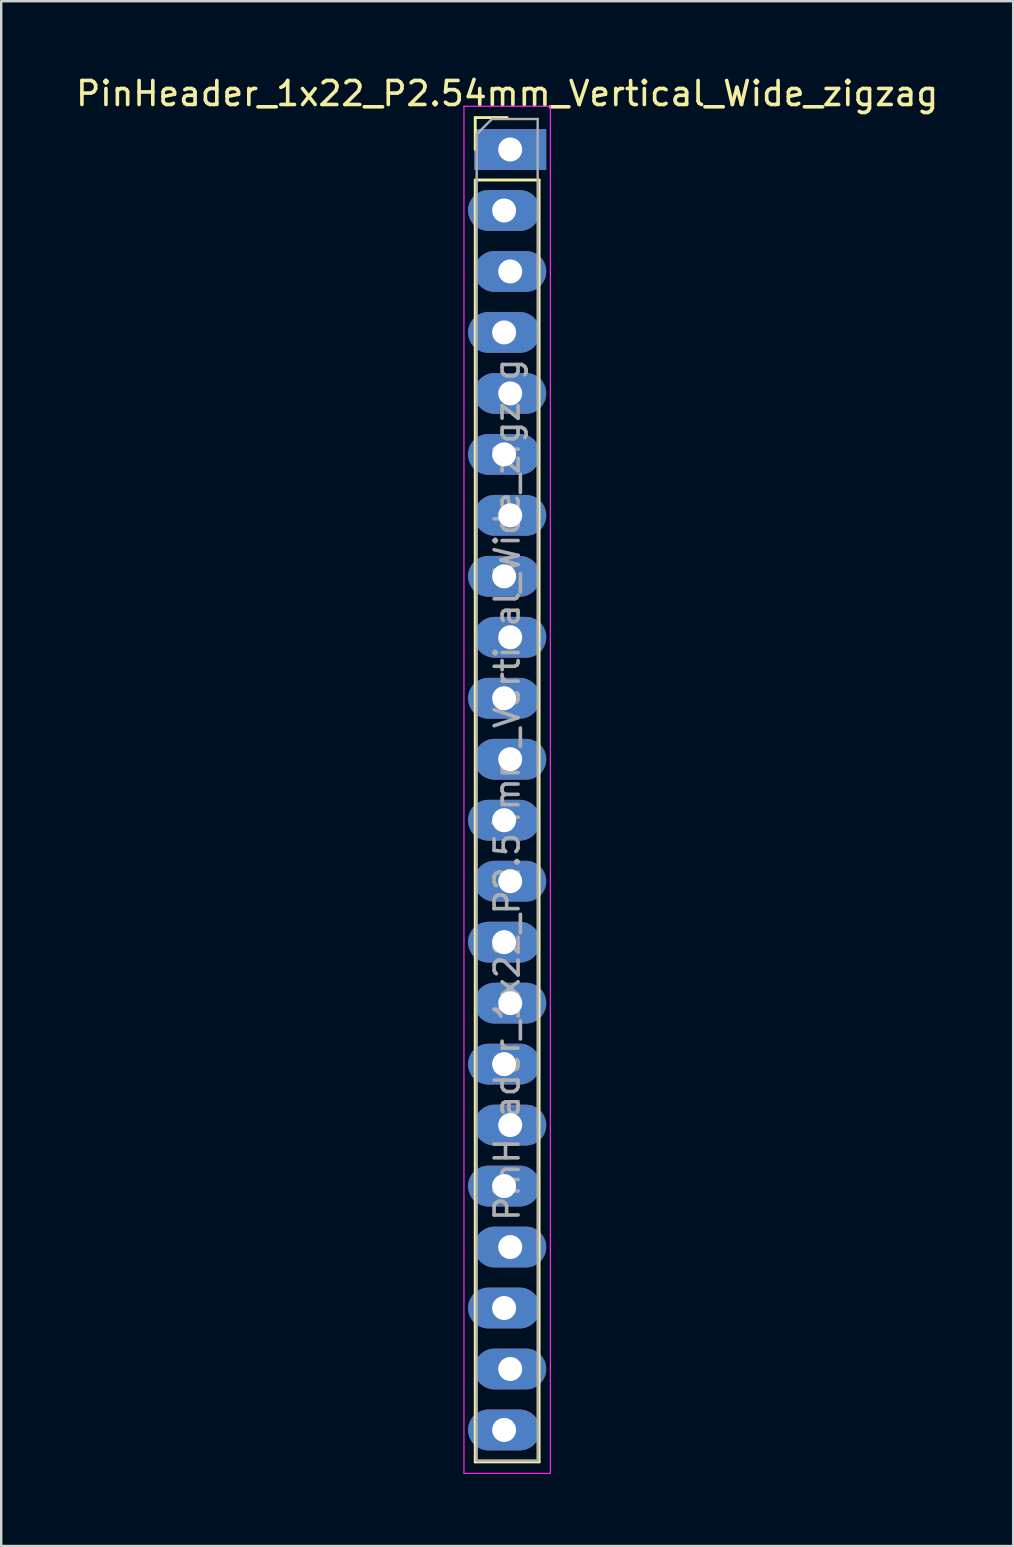
<source format=kicad_pcb>
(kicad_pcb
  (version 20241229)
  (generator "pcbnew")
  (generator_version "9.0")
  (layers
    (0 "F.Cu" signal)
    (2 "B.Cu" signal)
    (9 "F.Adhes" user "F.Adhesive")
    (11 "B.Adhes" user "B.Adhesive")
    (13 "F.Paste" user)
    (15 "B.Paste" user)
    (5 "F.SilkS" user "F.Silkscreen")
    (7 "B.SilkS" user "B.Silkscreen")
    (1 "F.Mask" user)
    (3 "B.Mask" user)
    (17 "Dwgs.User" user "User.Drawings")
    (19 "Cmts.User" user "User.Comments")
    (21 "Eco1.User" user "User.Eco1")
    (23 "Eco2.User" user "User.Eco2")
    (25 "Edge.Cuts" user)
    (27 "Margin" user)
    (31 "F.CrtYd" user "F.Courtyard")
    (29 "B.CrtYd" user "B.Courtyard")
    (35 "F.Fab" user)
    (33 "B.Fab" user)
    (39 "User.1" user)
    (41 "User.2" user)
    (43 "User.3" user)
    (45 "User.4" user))
  (footprint "PinHeader_1x22_P2.54mm_Vertical_Wide_zigzag"
    (layer "F.Cu")
    (at 18.077 3.178)
    (property "Reference" "PinHeader_1x22_P2.54mm_Vertical_Wide_zigzag" (at 0 -2.33 0) (layer "F.SilkS") (effects (font (size 1 1) (thickness 0.15))))
    (attr through_hole)
    (fp_line (start -1.33 -1.33) (end 0 -1.33) (stroke (width 0.12) (type solid)) (layer "F.SilkS"))
    (fp_line (start -1.33 0) (end -1.33 -1.33) (stroke (width 0.12) (type solid)) (layer "F.SilkS"))
    (fp_line (start -1.33 1.27) (end -1.33 54.67) (stroke (width 0.12) (type solid)) (layer "F.SilkS"))
    (fp_line (start -1.33 1.27) (end 1.33 1.27) (stroke (width 0.12) (type solid)) (layer "F.SilkS"))
    (fp_line (start -1.33 54.67) (end 1.33 54.67) (stroke (width 0.12) (type solid)) (layer "F.SilkS"))
    (fp_line (start 1.33 1.27) (end 1.33 54.67) (stroke (width 0.12) (type solid)) (layer "F.SilkS"))
    (fp_line (start -1.8 -1.8) (end -1.8 55.15) (stroke (width 0.05) (type solid)) (layer "F.CrtYd"))
    (fp_line (start -1.8 55.15) (end 1.8 55.15) (stroke (width 0.05) (type solid)) (layer "F.CrtYd"))
    (fp_line (start 1.8 -1.8) (end -1.8 -1.8) (stroke (width 0.05) (type solid)) (layer "F.CrtYd"))
    (fp_line (start 1.8 55.15) (end 1.8 -1.8) (stroke (width 0.05) (type solid)) (layer "F.CrtYd"))
    (fp_line (start -1.27 -0.635) (end -0.635 -1.27) (stroke (width 0.1) (type solid)) (layer "F.Fab"))
    (fp_line (start -1.27 54.61) (end -1.27 -0.635) (stroke (width 0.1) (type solid)) (layer "F.Fab"))
    (fp_line (start -0.635 -1.27) (end 1.27 -1.27) (stroke (width 0.1) (type solid)) (layer "F.Fab"))
    (fp_line (start 1.27 -1.27) (end 1.27 54.61) (stroke (width 0.1) (type solid)) (layer "F.Fab"))
    (fp_line (start 1.27 54.61) (end -1.27 54.61) (stroke (width 0.1) (type solid)) (layer "F.Fab"))
    (fp_text user "${REFERENCE}" (at 0 26.67 90) (layer "F.Fab") (effects (font (size 1 1) (thickness 0.15))))
    (pad "1" thru_hole rect (at 0.127 0) (size 3 1.7) (drill 1) (layers "*.Cu" "*.Mask"))
    (pad "2" thru_hole oval (at -0.127 2.54) (size 3 1.7) (drill 1) (layers "*.Cu" "*.Mask"))
    (pad "3" thru_hole oval (at 0.127 5.08) (size 3 1.7) (drill 1) (layers "*.Cu" "*.Mask"))
    (pad "4" thru_hole oval (at -0.127 7.62) (size 3 1.7) (drill 1) (layers "*.Cu" "*.Mask"))
    (pad "5" thru_hole oval (at 0.127 10.16) (size 3 1.7) (drill 1) (layers "*.Cu" "*.Mask"))
    (pad "6" thru_hole oval (at -0.127 12.7) (size 3 1.7) (drill 1) (layers "*.Cu" "*.Mask"))
    (pad "7" thru_hole oval (at 0.127 15.24) (size 3 1.7) (drill 1) (layers "*.Cu" "*.Mask"))
    (pad "8" thru_hole oval (at -0.127 17.78) (size 3 1.7) (drill 1) (layers "*.Cu" "*.Mask"))
    (pad "9" thru_hole oval (at 0.127 20.32) (size 3 1.7) (drill 1) (layers "*.Cu" "*.Mask"))
    (pad "10" thru_hole oval (at -0.127 22.86) (size 3 1.7) (drill 1) (layers "*.Cu" "*.Mask"))
    (pad "11" thru_hole oval (at 0.127 25.4) (size 3 1.7) (drill 1) (layers "*.Cu" "*.Mask"))
    (pad "12" thru_hole oval (at -0.127 27.94) (size 3 1.7) (drill 1) (layers "*.Cu" "*.Mask"))
    (pad "13" thru_hole oval (at 0.127 30.48) (size 3 1.7) (drill 1) (layers "*.Cu" "*.Mask"))
    (pad "14" thru_hole oval (at -0.127 33.02) (size 3 1.7) (drill 1) (layers "*.Cu" "*.Mask"))
    (pad "15" thru_hole oval (at 0.127 35.56) (size 3 1.7) (drill 1) (layers "*.Cu" "*.Mask"))
    (pad "16" thru_hole oval (at -0.127 38.1) (size 3 1.7) (drill 1) (layers "*.Cu" "*.Mask"))
    (pad "17" thru_hole oval (at 0.127 40.64) (size 3 1.7) (drill 1) (layers "*.Cu" "*.Mask"))
    (pad "18" thru_hole oval (at -0.127 43.18) (size 3 1.7) (drill 1) (layers "*.Cu" "*.Mask"))
    (pad "19" thru_hole oval (at 0.127 45.72) (size 3 1.7) (drill 1) (layers "*.Cu" "*.Mask"))
    (pad "20" thru_hole oval (at -0.127 48.26) (size 3 1.7) (drill 1) (layers "*.Cu" "*.Mask"))
    (pad "21" thru_hole oval (at 0.127 50.8) (size 3 1.7) (drill 1) (layers "*.Cu" "*.Mask"))
    (pad "22" thru_hole oval (at -0.127 53.34) (size 3 1.7) (drill 1) (layers "*.Cu" "*.Mask")))
  (gr_rect
    (start -3 -3)
    (end 39.155 61.353)
    (stroke (width 0.1) (type default))
    (fill no)
    (layer "Edge.Cuts")))
</source>
